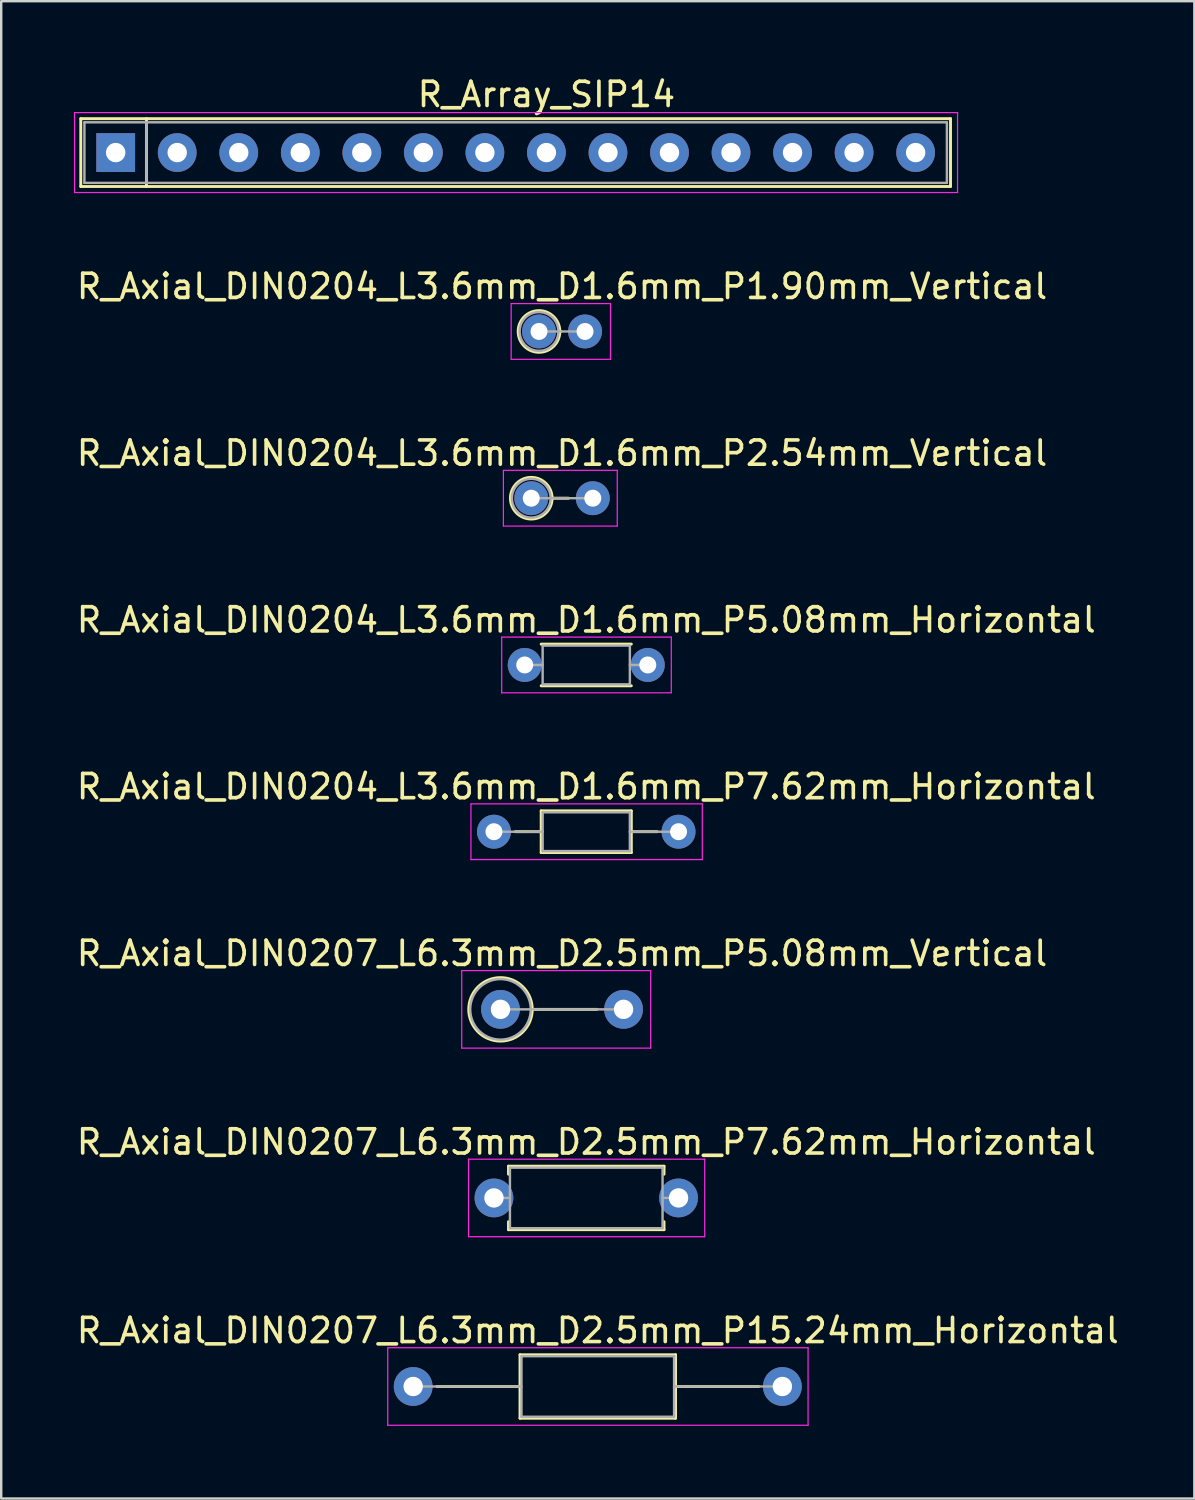
<source format=kicad_pcb>
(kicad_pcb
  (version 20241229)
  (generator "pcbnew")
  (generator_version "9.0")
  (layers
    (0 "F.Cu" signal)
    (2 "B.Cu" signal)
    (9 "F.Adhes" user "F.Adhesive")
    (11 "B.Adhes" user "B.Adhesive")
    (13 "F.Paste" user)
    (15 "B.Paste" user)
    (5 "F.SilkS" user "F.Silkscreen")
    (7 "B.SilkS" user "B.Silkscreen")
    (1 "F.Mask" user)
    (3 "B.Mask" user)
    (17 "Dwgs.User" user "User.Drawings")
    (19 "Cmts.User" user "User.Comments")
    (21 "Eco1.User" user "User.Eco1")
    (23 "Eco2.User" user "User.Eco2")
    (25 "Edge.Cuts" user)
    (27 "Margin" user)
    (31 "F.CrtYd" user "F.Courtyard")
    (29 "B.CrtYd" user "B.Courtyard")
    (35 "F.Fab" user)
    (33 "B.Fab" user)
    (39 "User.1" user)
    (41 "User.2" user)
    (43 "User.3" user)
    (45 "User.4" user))
  (footprint "R_Axial_DIN0204_L3.6mm_D1.6mm_P2.54mm_Vertical"
    (layer "F.Cu")
    (at 18.879 17.515)
    (property "Reference" "R_Axial_DIN0204_L3.6mm_D1.6mm_P2.54mm_Vertical" (at 1.27 -1.86 0) (layer "F.SilkS") (effects (font (size 1 1) (thickness 0.15))))
    (attr through_hole)
    (fp_line (start 0.86 0) (end 1.54 0) (stroke (width 0.12) (type solid)) (layer "F.SilkS"))
    (fp_circle (center 0 0) (end 0.86 0) (stroke (width 0.12) (type solid)) (fill no) (layer "F.SilkS"))
    (fp_line (start -1.15 -1.15) (end -1.15 1.15) (stroke (width 0.05) (type solid)) (layer "F.CrtYd"))
    (fp_line (start -1.15 1.15) (end 3.55 1.15) (stroke (width 0.05) (type solid)) (layer "F.CrtYd"))
    (fp_line (start 3.55 -1.15) (end -1.15 -1.15) (stroke (width 0.05) (type solid)) (layer "F.CrtYd"))
    (fp_line (start 3.55 1.15) (end 3.55 -1.15) (stroke (width 0.05) (type solid)) (layer "F.CrtYd"))
    (fp_line (start 0 0) (end 2.54 0) (stroke (width 0.1) (type solid)) (layer "F.Fab"))
    (fp_circle (center 0 0) (end 0.8 0) (stroke (width 0.1) (type solid)) (fill no) (layer "F.Fab"))
    (pad "1" thru_hole circle (at 0 0) (size 1.4 1.4) (drill 0.7) (layers "*.Cu" "*.Mask"))
    (pad "2" thru_hole oval (at 2.54 0) (size 1.4 1.4) (drill 0.7) (layers "*.Cu" "*.Mask")))
  (footprint "R_Axial_DIN0207_L6.3mm_D2.5mm_P7.62mm_Horizontal"
    (layer "F.Cu")
    (at 17.339 46.398)
    (property "Reference" "R_Axial_DIN0207_L6.3mm_D2.5mm_P7.62mm_Horizontal" (at 3.81 -2.31 0) (layer "F.SilkS") (effects (font (size 1 1) (thickness 0.15))))
    (attr through_hole)
    (fp_line (start 0.6 -1.31) (end 7.02 -1.31) (stroke (width 0.12) (type solid)) (layer "F.SilkS"))
    (fp_line (start 0.6 -0.98) (end 0.6 -1.31) (stroke (width 0.12) (type solid)) (layer "F.SilkS"))
    (fp_line (start 0.6 0.98) (end 0.6 1.31) (stroke (width 0.12) (type solid)) (layer "F.SilkS"))
    (fp_line (start 0.6 1.31) (end 7.02 1.31) (stroke (width 0.12) (type solid)) (layer "F.SilkS"))
    (fp_line (start 7.02 -1.31) (end 7.02 -0.98) (stroke (width 0.12) (type solid)) (layer "F.SilkS"))
    (fp_line (start 7.02 1.31) (end 7.02 0.98) (stroke (width 0.12) (type solid)) (layer "F.SilkS"))
    (fp_line (start -1.05 -1.6) (end -1.05 1.6) (stroke (width 0.05) (type solid)) (layer "F.CrtYd"))
    (fp_line (start -1.05 1.6) (end 8.7 1.6) (stroke (width 0.05) (type solid)) (layer "F.CrtYd"))
    (fp_line (start 8.7 -1.6) (end -1.05 -1.6) (stroke (width 0.05) (type solid)) (layer "F.CrtYd"))
    (fp_line (start 8.7 1.6) (end 8.7 -1.6) (stroke (width 0.05) (type solid)) (layer "F.CrtYd"))
    (fp_line (start 0 0) (end 0.66 0) (stroke (width 0.1) (type solid)) (layer "F.Fab"))
    (fp_line (start 0.66 -1.25) (end 0.66 1.25) (stroke (width 0.1) (type solid)) (layer "F.Fab"))
    (fp_line (start 0.66 1.25) (end 6.96 1.25) (stroke (width 0.1) (type solid)) (layer "F.Fab"))
    (fp_line (start 6.96 -1.25) (end 0.66 -1.25) (stroke (width 0.1) (type solid)) (layer "F.Fab"))
    (fp_line (start 6.96 1.25) (end 6.96 -1.25) (stroke (width 0.1) (type solid)) (layer "F.Fab"))
    (fp_line (start 7.62 0) (end 6.96 0) (stroke (width 0.1) (type solid)) (layer "F.Fab"))
    (pad "1" thru_hole circle (at 0 0) (size 1.6 1.6) (drill 0.8) (layers "*.Cu" "*.Mask"))
    (pad "2" thru_hole oval (at 7.62 0) (size 1.6 1.6) (drill 0.8) (layers "*.Cu" "*.Mask")))
  (footprint "R_Axial_DIN0204_L3.6mm_D1.6mm_P1.90mm_Vertical"
    (layer "F.Cu")
    (at 19.199 10.632)
    (property "Reference" "R_Axial_DIN0204_L3.6mm_D1.6mm_P1.90mm_Vertical" (at 0.95 -1.86 0) (layer "F.SilkS") (effects (font (size 1 1) (thickness 0.15))))
    (attr through_hole)
    (fp_line (start 0.86 0) (end 0.9 0) (stroke (width 0.12) (type solid)) (layer "F.SilkS"))
    (fp_circle (center 0 0) (end 0.86 0) (stroke (width 0.12) (type solid)) (fill no) (layer "F.SilkS"))
    (fp_line (start -1.15 -1.15) (end -1.15 1.15) (stroke (width 0.05) (type solid)) (layer "F.CrtYd"))
    (fp_line (start -1.15 1.15) (end 2.95 1.15) (stroke (width 0.05) (type solid)) (layer "F.CrtYd"))
    (fp_line (start 2.95 -1.15) (end -1.15 -1.15) (stroke (width 0.05) (type solid)) (layer "F.CrtYd"))
    (fp_line (start 2.95 1.15) (end 2.95 -1.15) (stroke (width 0.05) (type solid)) (layer "F.CrtYd"))
    (fp_line (start 0 0) (end 1.9 0) (stroke (width 0.1) (type solid)) (layer "F.Fab"))
    (fp_circle (center 0 0) (end 0.8 0) (stroke (width 0.1) (type solid)) (fill no) (layer "F.Fab"))
    (pad "1" thru_hole circle (at 0 0) (size 1.4 1.4) (drill 0.7) (layers "*.Cu" "*.Mask"))
    (pad "2" thru_hole oval (at 1.9 0) (size 1.4 1.4) (drill 0.7) (layers "*.Cu" "*.Mask")))
  (footprint "R_Axial_DIN0204_L3.6mm_D1.6mm_P7.62mm_Horizontal"
    (layer "F.Cu")
    (at 17.339 31.281)
    (property "Reference" "R_Axial_DIN0204_L3.6mm_D1.6mm_P7.62mm_Horizontal" (at 3.81 -1.86 0) (layer "F.SilkS") (effects (font (size 1 1) (thickness 0.15))))
    (attr through_hole)
    (fp_line (start 0.88 0) (end 1.95 0) (stroke (width 0.12) (type solid)) (layer "F.SilkS"))
    (fp_line (start 1.95 -0.86) (end 1.95 0.86) (stroke (width 0.12) (type solid)) (layer "F.SilkS"))
    (fp_line (start 1.95 0.86) (end 5.67 0.86) (stroke (width 0.12) (type solid)) (layer "F.SilkS"))
    (fp_line (start 5.67 -0.86) (end 1.95 -0.86) (stroke (width 0.12) (type solid)) (layer "F.SilkS"))
    (fp_line (start 5.67 0.86) (end 5.67 -0.86) (stroke (width 0.12) (type solid)) (layer "F.SilkS"))
    (fp_line (start 6.74 0) (end 5.67 0) (stroke (width 0.12) (type solid)) (layer "F.SilkS"))
    (fp_line (start -0.95 -1.15) (end -0.95 1.15) (stroke (width 0.05) (type solid)) (layer "F.CrtYd"))
    (fp_line (start -0.95 1.15) (end 8.6 1.15) (stroke (width 0.05) (type solid)) (layer "F.CrtYd"))
    (fp_line (start 8.6 -1.15) (end -0.95 -1.15) (stroke (width 0.05) (type solid)) (layer "F.CrtYd"))
    (fp_line (start 8.6 1.15) (end 8.6 -1.15) (stroke (width 0.05) (type solid)) (layer "F.CrtYd"))
    (fp_line (start 0 0) (end 2.01 0) (stroke (width 0.1) (type solid)) (layer "F.Fab"))
    (fp_line (start 2.01 -0.8) (end 2.01 0.8) (stroke (width 0.1) (type solid)) (layer "F.Fab"))
    (fp_line (start 2.01 0.8) (end 5.61 0.8) (stroke (width 0.1) (type solid)) (layer "F.Fab"))
    (fp_line (start 5.61 -0.8) (end 2.01 -0.8) (stroke (width 0.1) (type solid)) (layer "F.Fab"))
    (fp_line (start 5.61 0.8) (end 5.61 -0.8) (stroke (width 0.1) (type solid)) (layer "F.Fab"))
    (fp_line (start 7.62 0) (end 5.61 0) (stroke (width 0.1) (type solid)) (layer "F.Fab"))
    (pad "1" thru_hole circle (at 0 0) (size 1.4 1.4) (drill 0.7) (layers "*.Cu" "*.Mask"))
    (pad "2" thru_hole oval (at 7.62 0) (size 1.4 1.4) (drill 0.7) (layers "*.Cu" "*.Mask")))
  (footprint "R_Axial_DIN0204_L3.6mm_D1.6mm_P5.08mm_Horizontal"
    (layer "F.Cu")
    (at 18.609 24.398)
    (property "Reference" "R_Axial_DIN0204_L3.6mm_D1.6mm_P5.08mm_Horizontal" (at 2.54 -1.86 0) (layer "F.SilkS") (effects (font (size 1 1) (thickness 0.15))))
    (attr through_hole)
    (fp_line (start 0.68 -0.86) (end 4.4 -0.86) (stroke (width 0.12) (type solid)) (layer "F.SilkS"))
    (fp_line (start 0.68 0.86) (end 4.4 0.86) (stroke (width 0.12) (type solid)) (layer "F.SilkS"))
    (fp_line (start -0.95 -1.15) (end -0.95 1.15) (stroke (width 0.05) (type solid)) (layer "F.CrtYd"))
    (fp_line (start -0.95 1.15) (end 6.05 1.15) (stroke (width 0.05) (type solid)) (layer "F.CrtYd"))
    (fp_line (start 6.05 -1.15) (end -0.95 -1.15) (stroke (width 0.05) (type solid)) (layer "F.CrtYd"))
    (fp_line (start 6.05 1.15) (end 6.05 -1.15) (stroke (width 0.05) (type solid)) (layer "F.CrtYd"))
    (fp_line (start 0 0) (end 0.74 0) (stroke (width 0.1) (type solid)) (layer "F.Fab"))
    (fp_line (start 0.74 -0.8) (end 0.74 0.8) (stroke (width 0.1) (type solid)) (layer "F.Fab"))
    (fp_line (start 0.74 0.8) (end 4.34 0.8) (stroke (width 0.1) (type solid)) (layer "F.Fab"))
    (fp_line (start 4.34 -0.8) (end 0.74 -0.8) (stroke (width 0.1) (type solid)) (layer "F.Fab"))
    (fp_line (start 4.34 0.8) (end 4.34 -0.8) (stroke (width 0.1) (type solid)) (layer "F.Fab"))
    (fp_line (start 5.08 0) (end 4.34 0) (stroke (width 0.1) (type solid)) (layer "F.Fab"))
    (pad "1" thru_hole circle (at 0 0) (size 1.4 1.4) (drill 0.7) (layers "*.Cu" "*.Mask"))
    (pad "2" thru_hole oval (at 5.08 0) (size 1.4 1.4) (drill 0.7) (layers "*.Cu" "*.Mask")))
  (footprint "R_Array_SIP14"
    (layer "F.Cu")
    (at 1.725 3.248)
    (property "Reference" "R_Array_SIP14" (at 17.78 -2.4 0) (layer "F.SilkS") (effects (font (size 1 1) (thickness 0.15))))
    (attr through_hole)
    (fp_line (start -1.44 -1.4) (end -1.44 1.4) (stroke (width 0.12) (type solid)) (layer "F.SilkS"))
    (fp_line (start -1.44 1.4) (end 34.46 1.4) (stroke (width 0.12) (type solid)) (layer "F.SilkS"))
    (fp_line (start 1.27 -1.4) (end 1.27 1.4) (stroke (width 0.12) (type solid)) (layer "F.SilkS"))
    (fp_line (start 34.46 -1.4) (end -1.44 -1.4) (stroke (width 0.12) (type solid)) (layer "F.SilkS"))
    (fp_line (start 34.46 1.4) (end 34.46 -1.4) (stroke (width 0.12) (type solid)) (layer "F.SilkS"))
    (fp_line (start -1.7 -1.65) (end -1.7 1.65) (stroke (width 0.05) (type solid)) (layer "F.CrtYd"))
    (fp_line (start -1.7 1.65) (end 34.75 1.65) (stroke (width 0.05) (type solid)) (layer "F.CrtYd"))
    (fp_line (start 34.75 -1.65) (end -1.7 -1.65) (stroke (width 0.05) (type solid)) (layer "F.CrtYd"))
    (fp_line (start 34.75 1.65) (end 34.75 -1.65) (stroke (width 0.05) (type solid)) (layer "F.CrtYd"))
    (fp_line (start -1.29 -1.25) (end -1.29 1.25) (stroke (width 0.1) (type solid)) (layer "F.Fab"))
    (fp_line (start -1.29 1.25) (end 34.31 1.25) (stroke (width 0.1) (type solid)) (layer "F.Fab"))
    (fp_line (start 1.27 -1.25) (end 1.27 1.25) (stroke (width 0.1) (type solid)) (layer "F.Fab"))
    (fp_line (start 34.31 -1.25) (end -1.29 -1.25) (stroke (width 0.1) (type solid)) (layer "F.Fab"))
    (fp_line (start 34.31 1.25) (end 34.31 -1.25) (stroke (width 0.1) (type solid)) (layer "F.Fab"))
    (pad "1" thru_hole rect (at 0 0) (size 1.6 1.6) (drill 0.8) (layers "*.Cu" "*.Mask"))
    (pad "2" thru_hole oval (at 2.54 0) (size 1.6 1.6) (drill 0.8) (layers "*.Cu" "*.Mask"))
    (pad "3" thru_hole oval (at 5.08 0) (size 1.6 1.6) (drill 0.8) (layers "*.Cu" "*.Mask"))
    (pad "4" thru_hole oval (at 7.62 0) (size 1.6 1.6) (drill 0.8) (layers "*.Cu" "*.Mask"))
    (pad "5" thru_hole oval (at 10.16 0) (size 1.6 1.6) (drill 0.8) (layers "*.Cu" "*.Mask"))
    (pad "6" thru_hole oval (at 12.7 0) (size 1.6 1.6) (drill 0.8) (layers "*.Cu" "*.Mask"))
    (pad "7" thru_hole oval (at 15.24 0) (size 1.6 1.6) (drill 0.8) (layers "*.Cu" "*.Mask"))
    (pad "8" thru_hole oval (at 17.78 0) (size 1.6 1.6) (drill 0.8) (layers "*.Cu" "*.Mask"))
    (pad "9" thru_hole oval (at 20.32 0) (size 1.6 1.6) (drill 0.8) (layers "*.Cu" "*.Mask"))
    (pad "10" thru_hole oval (at 22.86 0) (size 1.6 1.6) (drill 0.8) (layers "*.Cu" "*.Mask"))
    (pad "11" thru_hole oval (at 25.4 0) (size 1.6 1.6) (drill 0.8) (layers "*.Cu" "*.Mask"))
    (pad "12" thru_hole oval (at 27.94 0) (size 1.6 1.6) (drill 0.8) (layers "*.Cu" "*.Mask"))
    (pad "13" thru_hole oval (at 30.48 0) (size 1.6 1.6) (drill 0.8) (layers "*.Cu" "*.Mask"))
    (pad "14" thru_hole oval (at 33.02 0) (size 1.6 1.6) (drill 0.8) (layers "*.Cu" "*.Mask")))
  (footprint "R_Axial_DIN0207_L6.3mm_D2.5mm_P15.24mm_Horizontal"
    (layer "F.Cu")
    (at 14.005 54.181)
    (property "Reference" "R_Axial_DIN0207_L6.3mm_D2.5mm_P15.24mm_Horizontal" (at 7.62 -2.31 0) (layer "F.SilkS") (effects (font (size 1 1) (thickness 0.15))))
    (attr through_hole)
    (fp_line (start 0.98 0) (end 4.41 0) (stroke (width 0.12) (type solid)) (layer "F.SilkS"))
    (fp_line (start 4.41 -1.31) (end 4.41 1.31) (stroke (width 0.12) (type solid)) (layer "F.SilkS"))
    (fp_line (start 4.41 1.31) (end 10.83 1.31) (stroke (width 0.12) (type solid)) (layer "F.SilkS"))
    (fp_line (start 10.83 -1.31) (end 4.41 -1.31) (stroke (width 0.12) (type solid)) (layer "F.SilkS"))
    (fp_line (start 10.83 1.31) (end 10.83 -1.31) (stroke (width 0.12) (type solid)) (layer "F.SilkS"))
    (fp_line (start 14.26 0) (end 10.83 0) (stroke (width 0.12) (type solid)) (layer "F.SilkS"))
    (fp_line (start -1.05 -1.6) (end -1.05 1.6) (stroke (width 0.05) (type solid)) (layer "F.CrtYd"))
    (fp_line (start -1.05 1.6) (end 16.3 1.6) (stroke (width 0.05) (type solid)) (layer "F.CrtYd"))
    (fp_line (start 16.3 -1.6) (end -1.05 -1.6) (stroke (width 0.05) (type solid)) (layer "F.CrtYd"))
    (fp_line (start 16.3 1.6) (end 16.3 -1.6) (stroke (width 0.05) (type solid)) (layer "F.CrtYd"))
    (fp_line (start 0 0) (end 4.47 0) (stroke (width 0.1) (type solid)) (layer "F.Fab"))
    (fp_line (start 4.47 -1.25) (end 4.47 1.25) (stroke (width 0.1) (type solid)) (layer "F.Fab"))
    (fp_line (start 4.47 1.25) (end 10.77 1.25) (stroke (width 0.1) (type solid)) (layer "F.Fab"))
    (fp_line (start 10.77 -1.25) (end 4.47 -1.25) (stroke (width 0.1) (type solid)) (layer "F.Fab"))
    (fp_line (start 10.77 1.25) (end 10.77 -1.25) (stroke (width 0.1) (type solid)) (layer "F.Fab"))
    (fp_line (start 15.24 0) (end 10.77 0) (stroke (width 0.1) (type solid)) (layer "F.Fab"))
    (pad "1" thru_hole circle (at 0 0) (size 1.6 1.6) (drill 0.8) (layers "*.Cu" "*.Mask"))
    (pad "2" thru_hole oval (at 15.24 0) (size 1.6 1.6) (drill 0.8) (layers "*.Cu" "*.Mask")))
  (footprint "R_Axial_DIN0207_L6.3mm_D2.5mm_P5.08mm_Vertical"
    (layer "F.Cu")
    (at 17.609 38.614)
    (property "Reference" "R_Axial_DIN0207_L6.3mm_D2.5mm_P5.08mm_Vertical" (at 2.54 -2.31 0) (layer "F.SilkS") (effects (font (size 1 1) (thickness 0.15))))
    (attr through_hole)
    (fp_line (start 1.31 0) (end 3.98 0) (stroke (width 0.12) (type solid)) (layer "F.SilkS"))
    (fp_circle (center 0 0) (end 1.31 0) (stroke (width 0.12) (type solid)) (fill no) (layer "F.SilkS"))
    (fp_line (start -1.6 -1.6) (end -1.6 1.6) (stroke (width 0.05) (type solid)) (layer "F.CrtYd"))
    (fp_line (start -1.6 1.6) (end 6.2 1.6) (stroke (width 0.05) (type solid)) (layer "F.CrtYd"))
    (fp_line (start 6.2 -1.6) (end -1.6 -1.6) (stroke (width 0.05) (type solid)) (layer "F.CrtYd"))
    (fp_line (start 6.2 1.6) (end 6.2 -1.6) (stroke (width 0.05) (type solid)) (layer "F.CrtYd"))
    (fp_line (start 0 0) (end 5.08 0) (stroke (width 0.1) (type solid)) (layer "F.Fab"))
    (fp_circle (center 0 0) (end 1.25 0) (stroke (width 0.1) (type solid)) (fill no) (layer "F.Fab"))
    (pad "1" thru_hole circle (at 0 0) (size 1.6 1.6) (drill 0.8) (layers "*.Cu" "*.Mask"))
    (pad "2" thru_hole oval (at 5.08 0) (size 1.6 1.6) (drill 0.8) (layers "*.Cu" "*.Mask")))
  (gr_rect
    (start -3 -3)
    (end 46.25 58.806)
    (stroke (width 0.1) (type default))
    (fill no)
    (layer "Edge.Cuts")))
</source>
